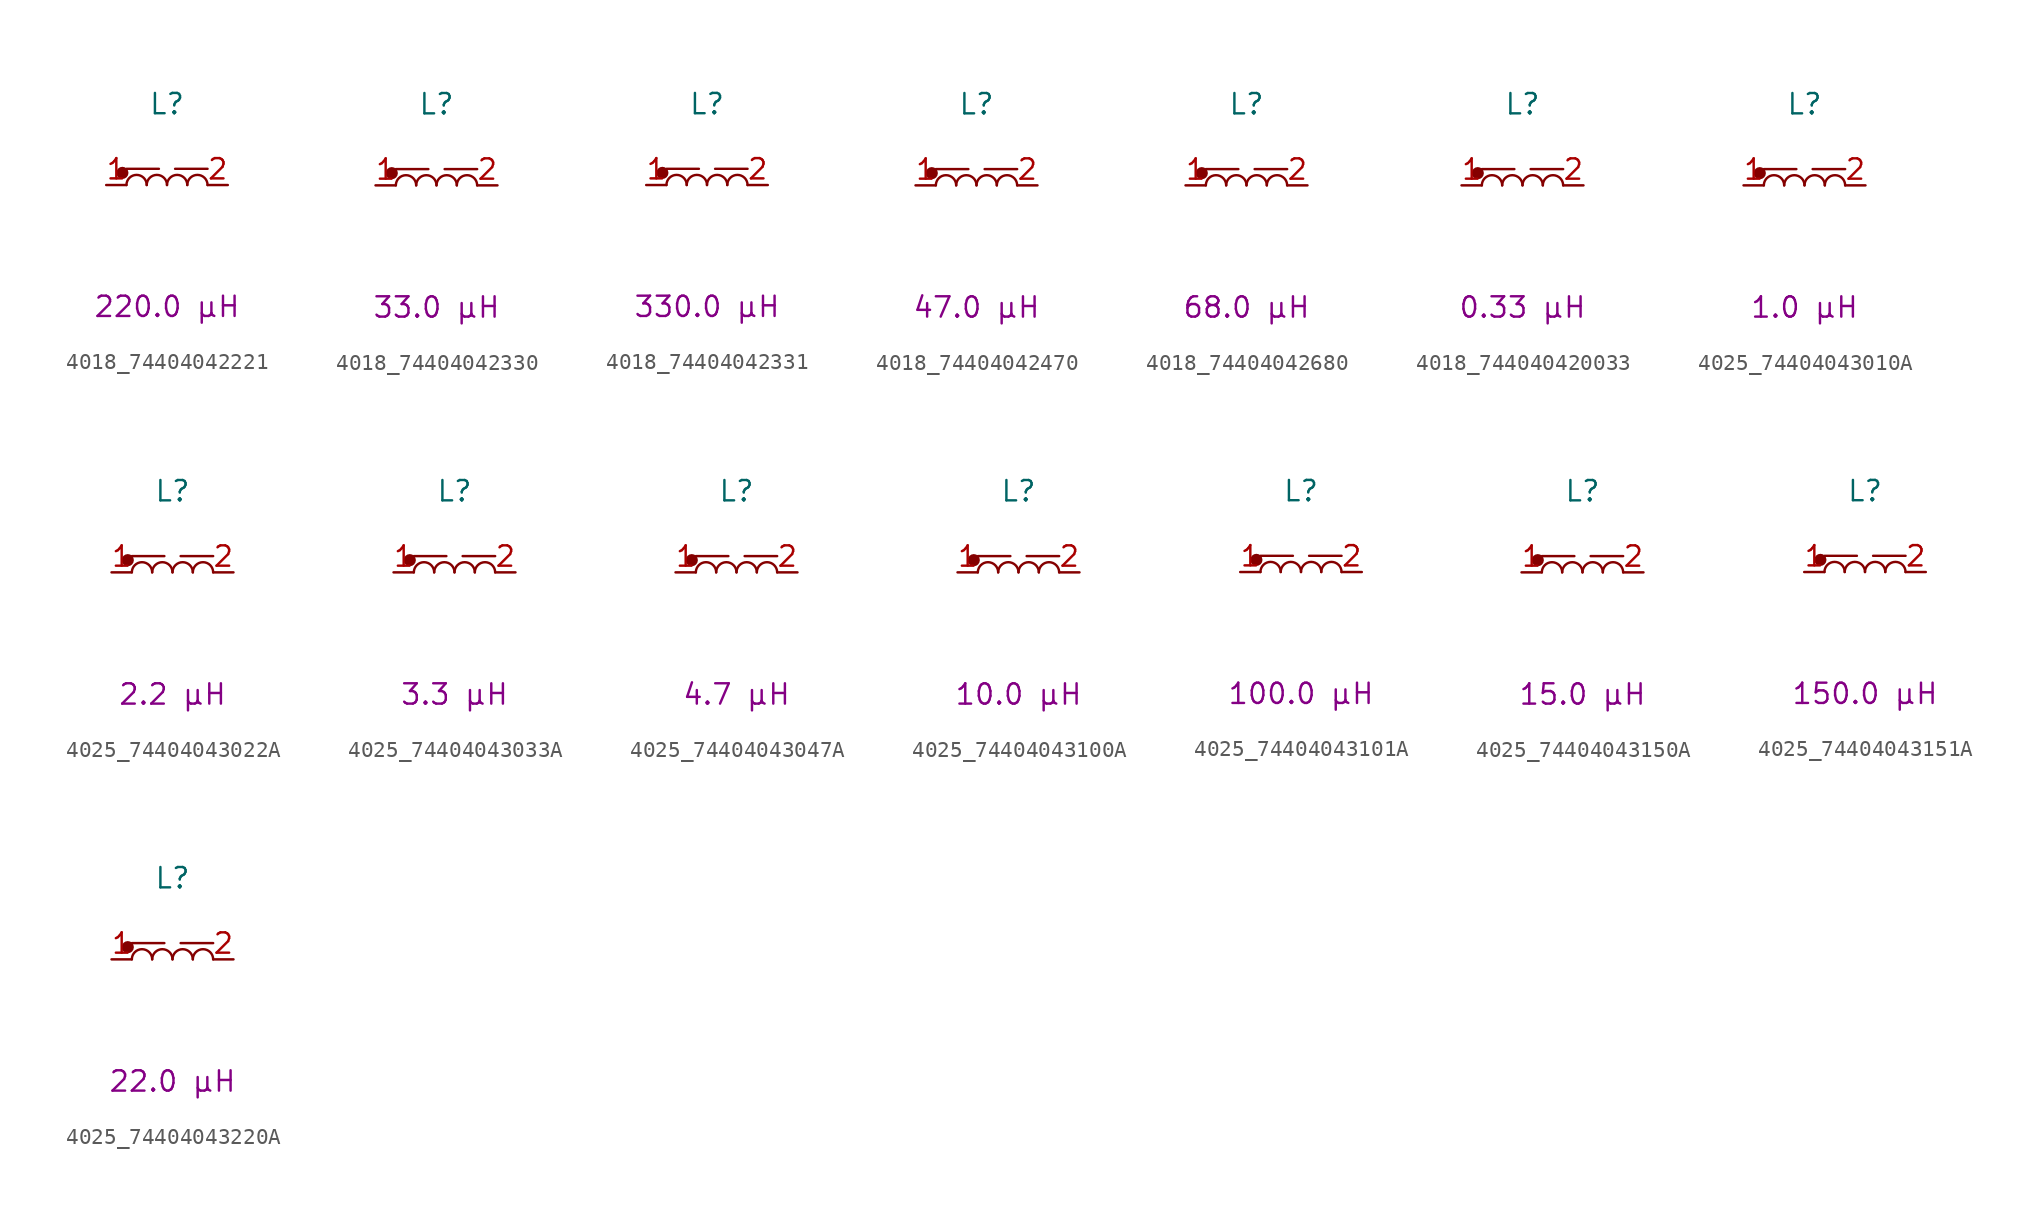
<source format=kicad_sym>
(kicad_symbol_lib
  (version 20220914)
  (generator kicad_symbol_editor)
  (symbol "4018_74404042221"
    (pin_names hide)
    (property "Reference" "L"
      (at 0 5.08 0)
      (effects (font (size 1.27 1.27))))
    (property "Critical Parameter" "220.0 µH"
      (at 0 -7.62 0)
      (effects (font (size 1.27 1.27))))
    (symbol "4018_74404042221_0_1"
      (arc (start -1.27 0) (mid -1.905 0.6323) (end -2.54 0) (stroke (width 0) (type default)) (fill (type none)))
      (arc (start 0 0) (mid -0.635 0.6323) (end -1.27 0) (stroke (width 0) (type default)) (fill (type none)))
      (polyline (pts (xy -2.54 1.016) (xy -0.508 1.016)) (stroke (width 0) (type default)) (fill (type none)))
      (arc (start 1.27 0) (mid 0.635 0.6323) (end 0 0) (stroke (width 0) (type default)) (fill (type none)))
      (arc (start 2.54 0) (mid 1.905 0.6323) (end 1.27 0) (stroke (width 0) (type default)) (fill (type none))))
    (symbol "4018_74404042221_1_1"
      (circle (center -2.794 0.762) (radius 0.0001) (stroke (width 0.381) (type default)) (fill (type none)))
      (polyline (pts (xy 2.54 1.016) (xy 0.508 1.016)) (stroke (width 0) (type default)) (fill (type none)))
      (pin passive line (at -3.81 0 0) (length 1.27) (name "1" (effects (font (size 1.27 1.27)))) (number "1" (effects (font (size 1.27 1.27)))))
      (pin passive line (at 3.81 0 180) (length 1.27) (name "2" (effects (font (size 1.27 1.27)))) (number "2" (effects (font (size 1.27 1.27)))))))
  (symbol "4018_74404042330"
    (pin_names hide)
    (property "Reference" "L"
      (at 0 5.08 0)
      (effects (font (size 1.27 1.27))))
    (property "Critical Parameter" "33.0 µH"
      (at 0 -7.62 0)
      (effects (font (size 1.27 1.27))))
    (symbol "4018_74404042330_0_1"
      (arc (start -1.27 0) (mid -1.905 0.6323) (end -2.54 0) (stroke (width 0) (type default)) (fill (type none)))
      (arc (start 0 0) (mid -0.635 0.6323) (end -1.27 0) (stroke (width 0) (type default)) (fill (type none)))
      (polyline (pts (xy -2.54 1.016) (xy -0.508 1.016)) (stroke (width 0) (type default)) (fill (type none)))
      (arc (start 1.27 0) (mid 0.635 0.6323) (end 0 0) (stroke (width 0) (type default)) (fill (type none)))
      (arc (start 2.54 0) (mid 1.905 0.6323) (end 1.27 0) (stroke (width 0) (type default)) (fill (type none))))
    (symbol "4018_74404042330_1_1"
      (circle (center -2.794 0.762) (radius 0.0001) (stroke (width 0.381) (type default)) (fill (type none)))
      (polyline (pts (xy 2.54 1.016) (xy 0.508 1.016)) (stroke (width 0) (type default)) (fill (type none)))
      (pin passive line (at -3.81 0 0) (length 1.27) (name "1" (effects (font (size 1.27 1.27)))) (number "1" (effects (font (size 1.27 1.27)))))
      (pin passive line (at 3.81 0 180) (length 1.27) (name "2" (effects (font (size 1.27 1.27)))) (number "2" (effects (font (size 1.27 1.27)))))))
  (symbol "4018_74404042331"
    (pin_names hide)
    (property "Reference" "L"
      (at 0 5.08 0)
      (effects (font (size 1.27 1.27))))
    (property "Critical Parameter" "330.0 µH"
      (at 0 -7.62 0)
      (effects (font (size 1.27 1.27))))
    (symbol "4018_74404042331_0_1"
      (arc (start -1.27 0) (mid -1.905 0.6323) (end -2.54 0) (stroke (width 0) (type default)) (fill (type none)))
      (arc (start 0 0) (mid -0.635 0.6323) (end -1.27 0) (stroke (width 0) (type default)) (fill (type none)))
      (polyline (pts (xy -2.54 1.016) (xy -0.508 1.016)) (stroke (width 0) (type default)) (fill (type none)))
      (arc (start 1.27 0) (mid 0.635 0.6323) (end 0 0) (stroke (width 0) (type default)) (fill (type none)))
      (arc (start 2.54 0) (mid 1.905 0.6323) (end 1.27 0) (stroke (width 0) (type default)) (fill (type none))))
    (symbol "4018_74404042331_1_1"
      (circle (center -2.794 0.762) (radius 0.0001) (stroke (width 0.381) (type default)) (fill (type none)))
      (polyline (pts (xy 2.54 1.016) (xy 0.508 1.016)) (stroke (width 0) (type default)) (fill (type none)))
      (pin passive line (at -3.81 0 0) (length 1.27) (name "1" (effects (font (size 1.27 1.27)))) (number "1" (effects (font (size 1.27 1.27)))))
      (pin passive line (at 3.81 0 180) (length 1.27) (name "2" (effects (font (size 1.27 1.27)))) (number "2" (effects (font (size 1.27 1.27)))))))
  (symbol "4018_74404042470"
    (pin_names hide)
    (property "Reference" "L"
      (at 0 5.08 0)
      (effects (font (size 1.27 1.27))))
    (property "Critical Parameter" "47.0 µH"
      (at 0 -7.62 0)
      (effects (font (size 1.27 1.27))))
    (symbol "4018_74404042470_0_1"
      (arc (start -1.27 0) (mid -1.905 0.6323) (end -2.54 0) (stroke (width 0) (type default)) (fill (type none)))
      (arc (start 0 0) (mid -0.635 0.6323) (end -1.27 0) (stroke (width 0) (type default)) (fill (type none)))
      (polyline (pts (xy -2.54 1.016) (xy -0.508 1.016)) (stroke (width 0) (type default)) (fill (type none)))
      (arc (start 1.27 0) (mid 0.635 0.6323) (end 0 0) (stroke (width 0) (type default)) (fill (type none)))
      (arc (start 2.54 0) (mid 1.905 0.6323) (end 1.27 0) (stroke (width 0) (type default)) (fill (type none))))
    (symbol "4018_74404042470_1_1"
      (circle (center -2.794 0.762) (radius 0.0001) (stroke (width 0.381) (type default)) (fill (type none)))
      (polyline (pts (xy 2.54 1.016) (xy 0.508 1.016)) (stroke (width 0) (type default)) (fill (type none)))
      (pin passive line (at -3.81 0 0) (length 1.27) (name "1" (effects (font (size 1.27 1.27)))) (number "1" (effects (font (size 1.27 1.27)))))
      (pin passive line (at 3.81 0 180) (length 1.27) (name "2" (effects (font (size 1.27 1.27)))) (number "2" (effects (font (size 1.27 1.27)))))))
  (symbol "4018_74404042680"
    (pin_names hide)
    (property "Reference" "L"
      (at 0 5.08 0)
      (effects (font (size 1.27 1.27))))
    (property "Critical Parameter" "68.0 µH"
      (at 0 -7.62 0)
      (effects (font (size 1.27 1.27))))
    (symbol "4018_74404042680_0_1"
      (arc (start -1.27 0) (mid -1.905 0.6323) (end -2.54 0) (stroke (width 0) (type default)) (fill (type none)))
      (arc (start 0 0) (mid -0.635 0.6323) (end -1.27 0) (stroke (width 0) (type default)) (fill (type none)))
      (polyline (pts (xy -2.54 1.016) (xy -0.508 1.016)) (stroke (width 0) (type default)) (fill (type none)))
      (arc (start 1.27 0) (mid 0.635 0.6323) (end 0 0) (stroke (width 0) (type default)) (fill (type none)))
      (arc (start 2.54 0) (mid 1.905 0.6323) (end 1.27 0) (stroke (width 0) (type default)) (fill (type none))))
    (symbol "4018_74404042680_1_1"
      (circle (center -2.794 0.762) (radius 0.0001) (stroke (width 0.381) (type default)) (fill (type none)))
      (polyline (pts (xy 2.54 1.016) (xy 0.508 1.016)) (stroke (width 0) (type default)) (fill (type none)))
      (pin passive line (at -3.81 0 0) (length 1.27) (name "1" (effects (font (size 1.27 1.27)))) (number "1" (effects (font (size 1.27 1.27)))))
      (pin passive line (at 3.81 0 180) (length 1.27) (name "2" (effects (font (size 1.27 1.27)))) (number "2" (effects (font (size 1.27 1.27)))))))
  (symbol "4018_744040420033"
    (pin_names hide)
    (property "Reference" "L"
      (at 0 5.08 0)
      (effects (font (size 1.27 1.27))))
    (property "Critical Parameter" "0.33 µH"
      (at 0 -7.62 0)
      (effects (font (size 1.27 1.27))))
    (symbol "4018_744040420033_0_1"
      (arc (start -1.27 0) (mid -1.905 0.6323) (end -2.54 0) (stroke (width 0) (type default)) (fill (type none)))
      (arc (start 0 0) (mid -0.635 0.6323) (end -1.27 0) (stroke (width 0) (type default)) (fill (type none)))
      (polyline (pts (xy -2.54 1.016) (xy -0.508 1.016)) (stroke (width 0) (type default)) (fill (type none)))
      (arc (start 1.27 0) (mid 0.635 0.6323) (end 0 0) (stroke (width 0) (type default)) (fill (type none)))
      (arc (start 2.54 0) (mid 1.905 0.6323) (end 1.27 0) (stroke (width 0) (type default)) (fill (type none))))
    (symbol "4018_744040420033_1_1"
      (circle (center -2.794 0.762) (radius 0.0001) (stroke (width 0.381) (type default)) (fill (type none)))
      (polyline (pts (xy 2.54 1.016) (xy 0.508 1.016)) (stroke (width 0) (type default)) (fill (type none)))
      (pin passive line (at -3.81 0 0) (length 1.27) (name "1" (effects (font (size 1.27 1.27)))) (number "1" (effects (font (size 1.27 1.27)))))
      (pin passive line (at 3.81 0 180) (length 1.27) (name "2" (effects (font (size 1.27 1.27)))) (number "2" (effects (font (size 1.27 1.27)))))))
  (symbol "4025_74404043010A"
    (pin_names hide)
    (property "Reference" "L"
      (at 0 5.08 0)
      (effects (font (size 1.27 1.27))))
    (property "Critical Parameter" "1.0 µH"
      (at 0 -7.62 0)
      (effects (font (size 1.27 1.27))))
    (symbol "4025_74404043010A_0_1"
      (arc (start -1.27 0) (mid -1.905 0.6323) (end -2.54 0) (stroke (width 0) (type default)) (fill (type none)))
      (arc (start 0 0) (mid -0.635 0.6323) (end -1.27 0) (stroke (width 0) (type default)) (fill (type none)))
      (polyline (pts (xy -2.54 1.016) (xy -0.508 1.016)) (stroke (width 0) (type default)) (fill (type none)))
      (arc (start 1.27 0) (mid 0.635 0.6323) (end 0 0) (stroke (width 0) (type default)) (fill (type none)))
      (arc (start 2.54 0) (mid 1.905 0.6323) (end 1.27 0) (stroke (width 0) (type default)) (fill (type none))))
    (symbol "4025_74404043010A_1_1"
      (circle (center -2.794 0.762) (radius 0.0001) (stroke (width 0.381) (type default)) (fill (type none)))
      (polyline (pts (xy 2.54 1.016) (xy 0.508 1.016)) (stroke (width 0) (type default)) (fill (type none)))
      (pin passive line (at -3.81 0 0) (length 1.27) (name "1" (effects (font (size 1.27 1.27)))) (number "1" (effects (font (size 1.27 1.27)))))
      (pin passive line (at 3.81 0 180) (length 1.27) (name "2" (effects (font (size 1.27 1.27)))) (number "2" (effects (font (size 1.27 1.27)))))))
  (symbol "4025_74404043022A"
    (pin_names hide)
    (property "Reference" "L"
      (at 0 5.08 0)
      (effects (font (size 1.27 1.27))))
    (property "Critical Parameter" "2.2 µH"
      (at 0 -7.62 0)
      (effects (font (size 1.27 1.27))))
    (symbol "4025_74404043022A_0_1"
      (arc (start -1.27 0) (mid -1.905 0.6323) (end -2.54 0) (stroke (width 0) (type default)) (fill (type none)))
      (arc (start 0 0) (mid -0.635 0.6323) (end -1.27 0) (stroke (width 0) (type default)) (fill (type none)))
      (polyline (pts (xy -2.54 1.016) (xy -0.508 1.016)) (stroke (width 0) (type default)) (fill (type none)))
      (arc (start 1.27 0) (mid 0.635 0.6323) (end 0 0) (stroke (width 0) (type default)) (fill (type none)))
      (arc (start 2.54 0) (mid 1.905 0.6323) (end 1.27 0) (stroke (width 0) (type default)) (fill (type none))))
    (symbol "4025_74404043022A_1_1"
      (circle (center -2.794 0.762) (radius 0.0001) (stroke (width 0.381) (type default)) (fill (type none)))
      (polyline (pts (xy 2.54 1.016) (xy 0.508 1.016)) (stroke (width 0) (type default)) (fill (type none)))
      (pin passive line (at -3.81 0 0) (length 1.27) (name "1" (effects (font (size 1.27 1.27)))) (number "1" (effects (font (size 1.27 1.27)))))
      (pin passive line (at 3.81 0 180) (length 1.27) (name "2" (effects (font (size 1.27 1.27)))) (number "2" (effects (font (size 1.27 1.27)))))))
  (symbol "4025_74404043033A"
    (pin_names hide)
    (property "Reference" "L"
      (at 0 5.08 0)
      (effects (font (size 1.27 1.27))))
    (property "Critical Parameter" "3.3 µH"
      (at 0 -7.62 0)
      (effects (font (size 1.27 1.27))))
    (symbol "4025_74404043033A_0_1"
      (arc (start -1.27 0) (mid -1.905 0.6323) (end -2.54 0) (stroke (width 0) (type default)) (fill (type none)))
      (arc (start 0 0) (mid -0.635 0.6323) (end -1.27 0) (stroke (width 0) (type default)) (fill (type none)))
      (polyline (pts (xy -2.54 1.016) (xy -0.508 1.016)) (stroke (width 0) (type default)) (fill (type none)))
      (arc (start 1.27 0) (mid 0.635 0.6323) (end 0 0) (stroke (width 0) (type default)) (fill (type none)))
      (arc (start 2.54 0) (mid 1.905 0.6323) (end 1.27 0) (stroke (width 0) (type default)) (fill (type none))))
    (symbol "4025_74404043033A_1_1"
      (circle (center -2.794 0.762) (radius 0.0001) (stroke (width 0.381) (type default)) (fill (type none)))
      (polyline (pts (xy 2.54 1.016) (xy 0.508 1.016)) (stroke (width 0) (type default)) (fill (type none)))
      (pin passive line (at -3.81 0 0) (length 1.27) (name "1" (effects (font (size 1.27 1.27)))) (number "1" (effects (font (size 1.27 1.27)))))
      (pin passive line (at 3.81 0 180) (length 1.27) (name "2" (effects (font (size 1.27 1.27)))) (number "2" (effects (font (size 1.27 1.27)))))))
  (symbol "4025_74404043047A"
    (pin_names hide)
    (property "Reference" "L"
      (at 0 5.08 0)
      (effects (font (size 1.27 1.27))))
    (property "Critical Parameter" "4.7 µH"
      (at 0 -7.62 0)
      (effects (font (size 1.27 1.27))))
    (symbol "4025_74404043047A_0_1"
      (arc (start -1.27 0) (mid -1.905 0.6323) (end -2.54 0) (stroke (width 0) (type default)) (fill (type none)))
      (arc (start 0 0) (mid -0.635 0.6323) (end -1.27 0) (stroke (width 0) (type default)) (fill (type none)))
      (polyline (pts (xy -2.54 1.016) (xy -0.508 1.016)) (stroke (width 0) (type default)) (fill (type none)))
      (arc (start 1.27 0) (mid 0.635 0.6323) (end 0 0) (stroke (width 0) (type default)) (fill (type none)))
      (arc (start 2.54 0) (mid 1.905 0.6323) (end 1.27 0) (stroke (width 0) (type default)) (fill (type none))))
    (symbol "4025_74404043047A_1_1"
      (circle (center -2.794 0.762) (radius 0.0001) (stroke (width 0.381) (type default)) (fill (type none)))
      (polyline (pts (xy 2.54 1.016) (xy 0.508 1.016)) (stroke (width 0) (type default)) (fill (type none)))
      (pin passive line (at -3.81 0 0) (length 1.27) (name "1" (effects (font (size 1.27 1.27)))) (number "1" (effects (font (size 1.27 1.27)))))
      (pin passive line (at 3.81 0 180) (length 1.27) (name "2" (effects (font (size 1.27 1.27)))) (number "2" (effects (font (size 1.27 1.27)))))))
  (symbol "4025_74404043100A"
    (pin_names hide)
    (property "Reference" "L"
      (at 0 5.08 0)
      (effects (font (size 1.27 1.27))))
    (property "Critical Parameter" "10.0 µH"
      (at 0 -7.62 0)
      (effects (font (size 1.27 1.27))))
    (symbol "4025_74404043100A_0_1"
      (arc (start -1.27 0) (mid -1.905 0.6323) (end -2.54 0) (stroke (width 0) (type default)) (fill (type none)))
      (arc (start 0 0) (mid -0.635 0.6323) (end -1.27 0) (stroke (width 0) (type default)) (fill (type none)))
      (polyline (pts (xy -2.54 1.016) (xy -0.508 1.016)) (stroke (width 0) (type default)) (fill (type none)))
      (arc (start 1.27 0) (mid 0.635 0.6323) (end 0 0) (stroke (width 0) (type default)) (fill (type none)))
      (arc (start 2.54 0) (mid 1.905 0.6323) (end 1.27 0) (stroke (width 0) (type default)) (fill (type none))))
    (symbol "4025_74404043100A_1_1"
      (circle (center -2.794 0.762) (radius 0.0001) (stroke (width 0.381) (type default)) (fill (type none)))
      (polyline (pts (xy 2.54 1.016) (xy 0.508 1.016)) (stroke (width 0) (type default)) (fill (type none)))
      (pin passive line (at -3.81 0 0) (length 1.27) (name "1" (effects (font (size 1.27 1.27)))) (number "1" (effects (font (size 1.27 1.27)))))
      (pin passive line (at 3.81 0 180) (length 1.27) (name "2" (effects (font (size 1.27 1.27)))) (number "2" (effects (font (size 1.27 1.27)))))))
  (symbol "4025_74404043101A"
    (pin_names hide)
    (property "Reference" "L"
      (at 0 5.08 0)
      (effects (font (size 1.27 1.27))))
    (property "Critical Parameter" "100.0 µH"
      (at 0 -7.62 0)
      (effects (font (size 1.27 1.27))))
    (symbol "4025_74404043101A_0_1"
      (arc (start -1.27 0) (mid -1.905 0.6323) (end -2.54 0) (stroke (width 0) (type default)) (fill (type none)))
      (arc (start 0 0) (mid -0.635 0.6323) (end -1.27 0) (stroke (width 0) (type default)) (fill (type none)))
      (polyline (pts (xy -2.54 1.016) (xy -0.508 1.016)) (stroke (width 0) (type default)) (fill (type none)))
      (arc (start 1.27 0) (mid 0.635 0.6323) (end 0 0) (stroke (width 0) (type default)) (fill (type none)))
      (arc (start 2.54 0) (mid 1.905 0.6323) (end 1.27 0) (stroke (width 0) (type default)) (fill (type none))))
    (symbol "4025_74404043101A_1_1"
      (circle (center -2.794 0.762) (radius 0.0001) (stroke (width 0.381) (type default)) (fill (type none)))
      (polyline (pts (xy 2.54 1.016) (xy 0.508 1.016)) (stroke (width 0) (type default)) (fill (type none)))
      (pin passive line (at -3.81 0 0) (length 1.27) (name "1" (effects (font (size 1.27 1.27)))) (number "1" (effects (font (size 1.27 1.27)))))
      (pin passive line (at 3.81 0 180) (length 1.27) (name "2" (effects (font (size 1.27 1.27)))) (number "2" (effects (font (size 1.27 1.27)))))))
  (symbol "4025_74404043150A"
    (pin_names hide)
    (property "Reference" "L"
      (at 0 5.08 0)
      (effects (font (size 1.27 1.27))))
    (property "Critical Parameter" "15.0 µH"
      (at 0 -7.62 0)
      (effects (font (size 1.27 1.27))))
    (symbol "4025_74404043150A_0_1"
      (arc (start -1.27 0) (mid -1.905 0.6323) (end -2.54 0) (stroke (width 0) (type default)) (fill (type none)))
      (arc (start 0 0) (mid -0.635 0.6323) (end -1.27 0) (stroke (width 0) (type default)) (fill (type none)))
      (polyline (pts (xy -2.54 1.016) (xy -0.508 1.016)) (stroke (width 0) (type default)) (fill (type none)))
      (arc (start 1.27 0) (mid 0.635 0.6323) (end 0 0) (stroke (width 0) (type default)) (fill (type none)))
      (arc (start 2.54 0) (mid 1.905 0.6323) (end 1.27 0) (stroke (width 0) (type default)) (fill (type none))))
    (symbol "4025_74404043150A_1_1"
      (circle (center -2.794 0.762) (radius 0.0001) (stroke (width 0.381) (type default)) (fill (type none)))
      (polyline (pts (xy 2.54 1.016) (xy 0.508 1.016)) (stroke (width 0) (type default)) (fill (type none)))
      (pin passive line (at -3.81 0 0) (length 1.27) (name "1" (effects (font (size 1.27 1.27)))) (number "1" (effects (font (size 1.27 1.27)))))
      (pin passive line (at 3.81 0 180) (length 1.27) (name "2" (effects (font (size 1.27 1.27)))) (number "2" (effects (font (size 1.27 1.27)))))))
  (symbol "4025_74404043151A"
    (pin_names hide)
    (property "Reference" "L"
      (at 0 5.08 0)
      (effects (font (size 1.27 1.27))))
    (property "Critical Parameter" "150.0 µH"
      (at 0 -7.62 0)
      (effects (font (size 1.27 1.27))))
    (symbol "4025_74404043151A_0_1"
      (arc (start -1.27 0) (mid -1.905 0.6323) (end -2.54 0) (stroke (width 0) (type default)) (fill (type none)))
      (arc (start 0 0) (mid -0.635 0.6323) (end -1.27 0) (stroke (width 0) (type default)) (fill (type none)))
      (polyline (pts (xy -2.54 1.016) (xy -0.508 1.016)) (stroke (width 0) (type default)) (fill (type none)))
      (arc (start 1.27 0) (mid 0.635 0.6323) (end 0 0) (stroke (width 0) (type default)) (fill (type none)))
      (arc (start 2.54 0) (mid 1.905 0.6323) (end 1.27 0) (stroke (width 0) (type default)) (fill (type none))))
    (symbol "4025_74404043151A_1_1"
      (circle (center -2.794 0.762) (radius 0.0001) (stroke (width 0.381) (type default)) (fill (type none)))
      (polyline (pts (xy 2.54 1.016) (xy 0.508 1.016)) (stroke (width 0) (type default)) (fill (type none)))
      (pin passive line (at -3.81 0 0) (length 1.27) (name "1" (effects (font (size 1.27 1.27)))) (number "1" (effects (font (size 1.27 1.27)))))
      (pin passive line (at 3.81 0 180) (length 1.27) (name "2" (effects (font (size 1.27 1.27)))) (number "2" (effects (font (size 1.27 1.27)))))))
  (symbol "4025_74404043220A"
    (pin_names hide)
    (property "Reference" "L"
      (at 0 5.08 0)
      (effects (font (size 1.27 1.27))))
    (property "Critical Parameter" "22.0 µH"
      (at 0 -7.62 0)
      (effects (font (size 1.27 1.27))))
    (symbol "4025_74404043220A_0_1"
      (arc (start -1.27 0) (mid -1.905 0.6323) (end -2.54 0) (stroke (width 0) (type default)) (fill (type none)))
      (arc (start 0 0) (mid -0.635 0.6323) (end -1.27 0) (stroke (width 0) (type default)) (fill (type none)))
      (polyline (pts (xy -2.54 1.016) (xy -0.508 1.016)) (stroke (width 0) (type default)) (fill (type none)))
      (arc (start 1.27 0) (mid 0.635 0.6323) (end 0 0) (stroke (width 0) (type default)) (fill (type none)))
      (arc (start 2.54 0) (mid 1.905 0.6323) (end 1.27 0) (stroke (width 0) (type default)) (fill (type none))))
    (symbol "4025_74404043220A_1_1"
      (circle (center -2.794 0.762) (radius 0.0001) (stroke (width 0.381) (type default)) (fill (type none)))
      (polyline (pts (xy 2.54 1.016) (xy 0.508 1.016)) (stroke (width 0) (type default)) (fill (type none)))
      (pin passive line (at -3.81 0 0) (length 1.27) (name "1" (effects (font (size 1.27 1.27)))) (number "1" (effects (font (size 1.27 1.27)))))
      (pin passive line (at 3.81 0 180) (length 1.27) (name "2" (effects (font (size 1.27 1.27)))) (number "2" (effects (font (size 1.27 1.27))))))))
</source>
